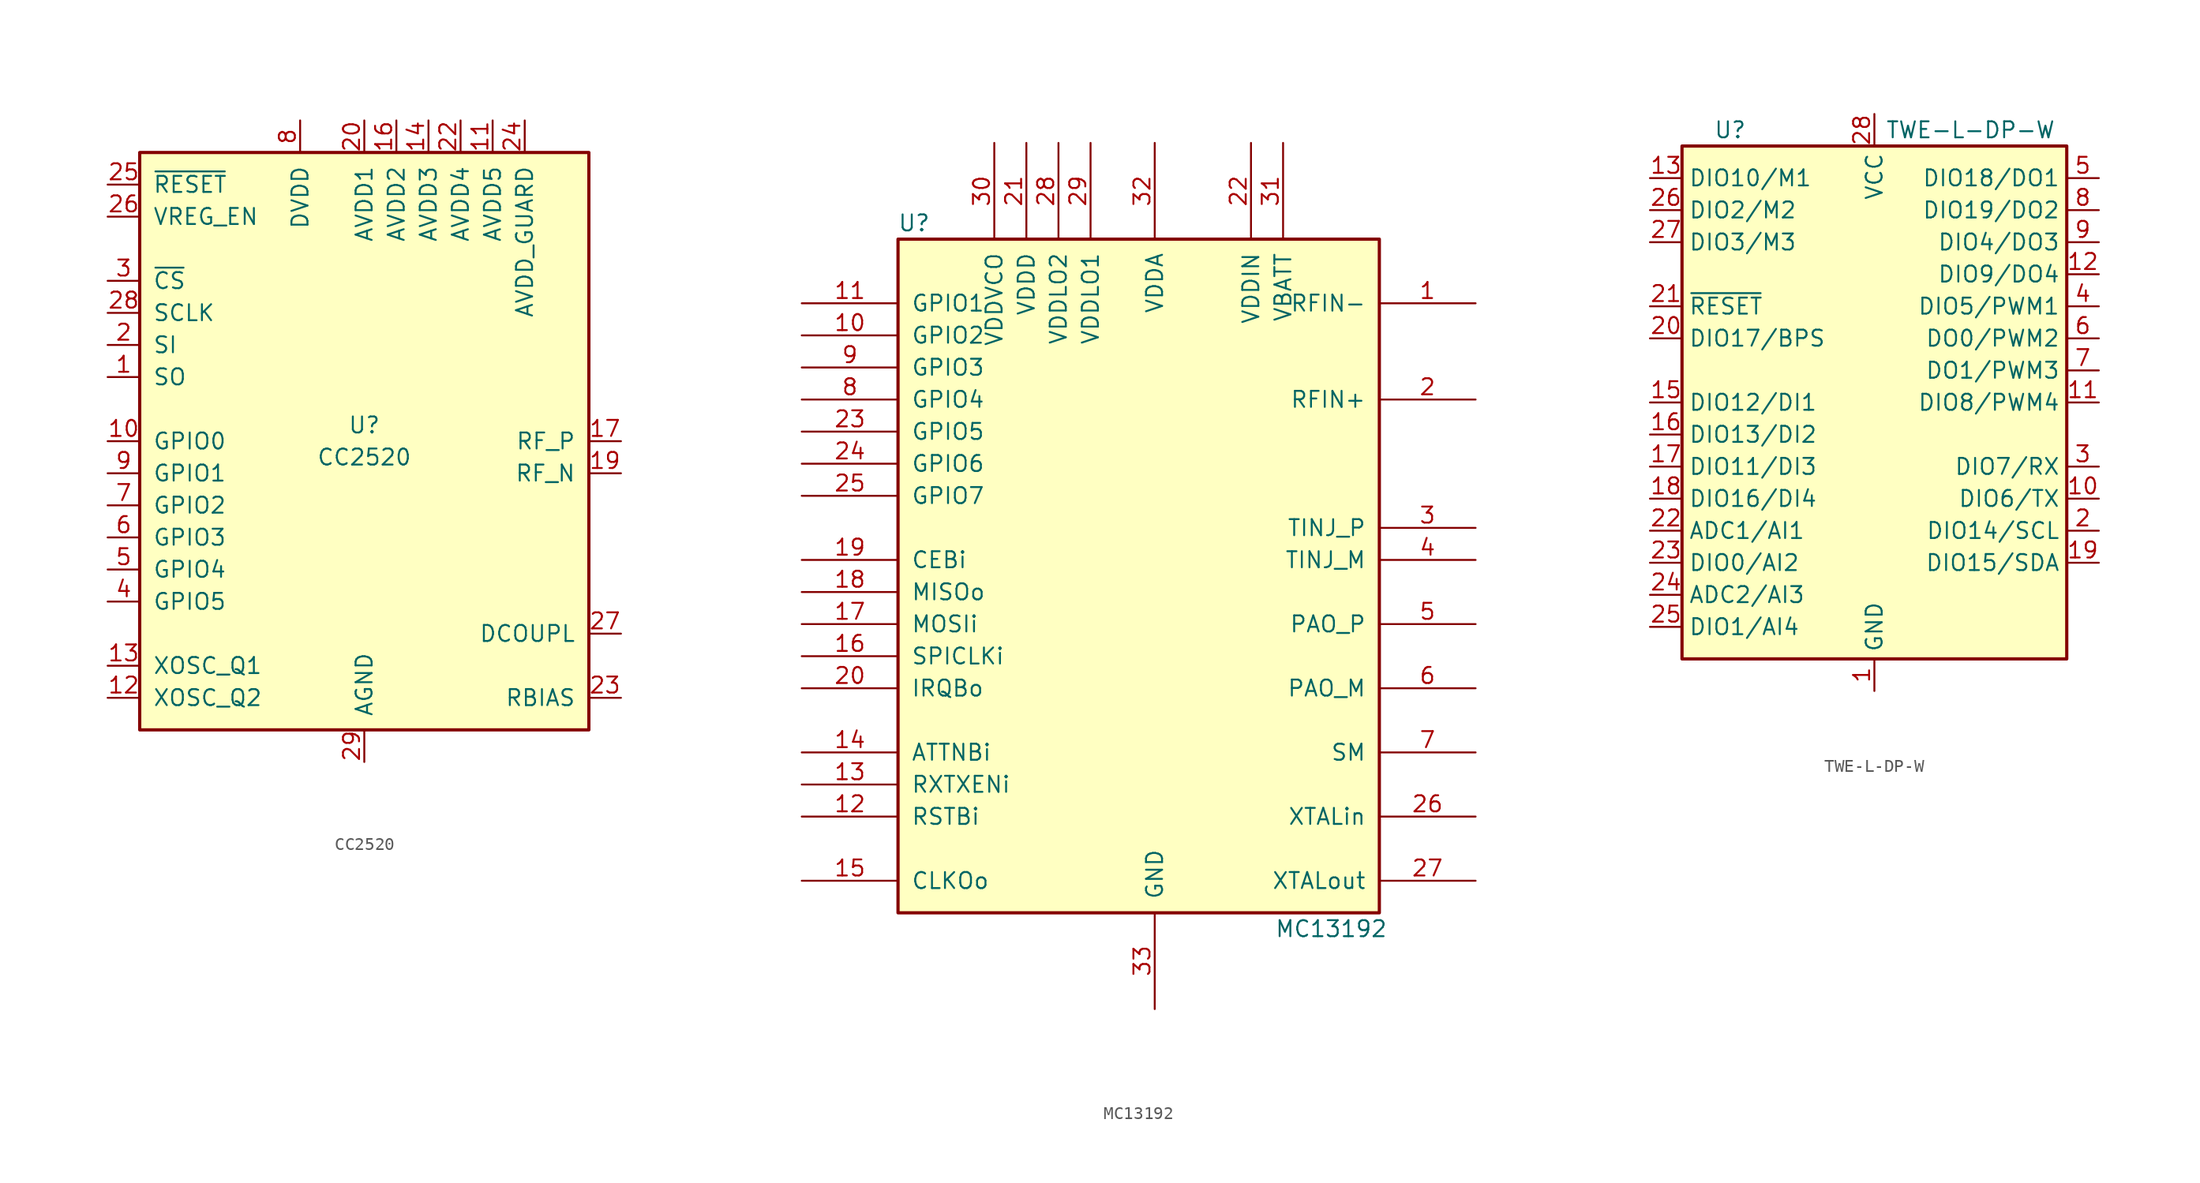
<source format=kicad_sym>
(kicad_symbol_lib
  (version 20241209)
  (generator "kicad_symbol_editor")
  (generator_version "9.0")
  (symbol "CC2520"
    (pin_names
      (offset 1.016))
    (property "Reference" "U"
      (at 0 1.27 0)
      (effects (font (size 1.27 1.27))))
    (property "Value" "CC2520"
      (at 0 -1.27 0)
      (effects (font (size 1.27 1.27))))
    (symbol "CC2520_0_1"
      (rectangle (start -17.78 22.86) (end 17.78 -22.86) (stroke (width 0.254) (type default)) (fill (type background))))
    (symbol "CC2520_1_1"
      (pin input line (at -20.32 20.32 0) (length 2.54) (name "~{RESET}" (effects (font (size 1.27 1.27)))) (number "25" (effects (font (size 1.27 1.27)))))
      (pin input line (at -20.32 17.78 0) (length 2.54) (name "VREG_EN" (effects (font (size 1.27 1.27)))) (number "26" (effects (font (size 1.27 1.27)))))
      (pin input line (at -20.32 12.7 0) (length 2.54) (name "~{CS}" (effects (font (size 1.27 1.27)))) (number "3" (effects (font (size 1.27 1.27)))))
      (pin input line (at -20.32 10.16 0) (length 2.54) (name "SCLK" (effects (font (size 1.27 1.27)))) (number "28" (effects (font (size 1.27 1.27)))))
      (pin input line (at -20.32 7.62 0) (length 2.54) (name "SI" (effects (font (size 1.27 1.27)))) (number "2" (effects (font (size 1.27 1.27)))))
      (pin output line (at -20.32 5.08 0) (length 2.54) (name "SO" (effects (font (size 1.27 1.27)))) (number "1" (effects (font (size 1.27 1.27)))))
      (pin bidirectional line (at -20.32 0 0) (length 2.54) (name "GPIO0" (effects (font (size 1.27 1.27)))) (number "10" (effects (font (size 1.27 1.27)))))
      (pin bidirectional line (at -20.32 -2.54 0) (length 2.54) (name "GPIO1" (effects (font (size 1.27 1.27)))) (number "9" (effects (font (size 1.27 1.27)))))
      (pin bidirectional line (at -20.32 -5.08 0) (length 2.54) (name "GPIO2" (effects (font (size 1.27 1.27)))) (number "7" (effects (font (size 1.27 1.27)))))
      (pin bidirectional line (at -20.32 -7.62 0) (length 2.54) (name "GPIO3" (effects (font (size 1.27 1.27)))) (number "6" (effects (font (size 1.27 1.27)))))
      (pin bidirectional line (at -20.32 -10.16 0) (length 2.54) (name "GPIO4" (effects (font (size 1.27 1.27)))) (number "5" (effects (font (size 1.27 1.27)))))
      (pin bidirectional line (at -20.32 -12.7 0) (length 2.54) (name "GPIO5" (effects (font (size 1.27 1.27)))) (number "4" (effects (font (size 1.27 1.27)))))
      (pin passive line (at -20.32 -17.78 0) (length 2.54) (name "XOSC_Q1" (effects (font (size 1.27 1.27)))) (number "13" (effects (font (size 1.27 1.27)))))
      (pin passive line (at -20.32 -20.32 0) (length 2.54) (name "XOSC_Q2" (effects (font (size 1.27 1.27)))) (number "12" (effects (font (size 1.27 1.27)))))
      (pin power_in line (at -5.08 25.4 270) (length 2.54) (name "DVDD" (effects (font (size 1.27 1.27)))) (number "8" (effects (font (size 1.27 1.27)))))
      (pin power_in line (at 0 25.4 270) (length 2.54) (name "AVDD1" (effects (font (size 1.27 1.27)))) (number "20" (effects (font (size 1.27 1.27)))))
      (pin power_in line (at 0 -25.4 90) (length 2.54) (name "AGND" (effects (font (size 1.27 1.27)))) (number "29" (effects (font (size 1.27 1.27)))))
      (pin power_in line (at 2.54 25.4 270) (length 2.54) (name "AVDD2" (effects (font (size 1.27 1.27)))) (number "16" (effects (font (size 1.27 1.27)))))
      (pin no_connect line (at 2.54 -22.86 90) (length 2.54) (hide yes) (name "NC" (effects (font (size 1.27 1.27)))) (number "15" (effects (font (size 1.27 1.27)))))
      (pin power_in line (at 5.08 25.4 270) (length 2.54) (name "AVDD3" (effects (font (size 1.27 1.27)))) (number "14" (effects (font (size 1.27 1.27)))))
      (pin no_connect line (at 5.08 -22.86 90) (length 2.54) (hide yes) (name "NC" (effects (font (size 1.27 1.27)))) (number "21" (effects (font (size 1.27 1.27)))))
      (pin power_in line (at 7.62 25.4 270) (length 2.54) (name "AVDD4" (effects (font (size 1.27 1.27)))) (number "22" (effects (font (size 1.27 1.27)))))
      (pin power_in line (at 10.16 25.4 270) (length 2.54) (name "AVDD5" (effects (font (size 1.27 1.27)))) (number "11" (effects (font (size 1.27 1.27)))))
      (pin power_in line (at 12.7 25.4 270) (length 2.54) (name "AVDD_GUARD" (effects (font (size 1.27 1.27)))) (number "24" (effects (font (size 1.27 1.27)))))
      (pin passive line (at 20.32 0 180) (length 2.54) (name "RF_P" (effects (font (size 1.27 1.27)))) (number "17" (effects (font (size 1.27 1.27)))))
      (pin passive line (at 20.32 -2.54 180) (length 2.54) (name "RF_N" (effects (font (size 1.27 1.27)))) (number "19" (effects (font (size 1.27 1.27)))))
      (pin passive line (at 20.32 -15.24 180) (length 2.54) (name "DCOUPL" (effects (font (size 1.27 1.27)))) (number "27" (effects (font (size 1.27 1.27)))))
      (pin passive line (at 20.32 -20.32 180) (length 2.54) (name "RBIAS" (effects (font (size 1.27 1.27)))) (number "23" (effects (font (size 1.27 1.27)))))))
  (symbol "MC13192"
    (pin_names
      (offset 1.016))
    (property "Reference" "U"
      (at -19.05 26.67 0)
      (effects (font (size 1.27 1.27))))
    (property "Value" "MC13192"
      (at 13.97 -29.21 0)
      (effects (font (size 1.27 1.27))))
    (symbol "MC13192_0_1"
      (rectangle (start -20.32 25.4) (end 17.78 -27.94) (stroke (width 0.254) (type default)) (fill (type background))))
    (symbol "MC13192_1_1"
      (pin bidirectional line (at -27.94 20.32 0) (length 7.62) (name "GPIO1" (effects (font (size 1.27 1.27)))) (number "11" (effects (font (size 1.27 1.27)))))
      (pin bidirectional line (at -27.94 17.78 0) (length 7.62) (name "GPIO2" (effects (font (size 1.27 1.27)))) (number "10" (effects (font (size 1.27 1.27)))))
      (pin bidirectional line (at -27.94 15.24 0) (length 7.62) (name "GPIO3" (effects (font (size 1.27 1.27)))) (number "9" (effects (font (size 1.27 1.27)))))
      (pin bidirectional line (at -27.94 12.7 0) (length 7.62) (name "GPIO4" (effects (font (size 1.27 1.27)))) (number "8" (effects (font (size 1.27 1.27)))))
      (pin bidirectional line (at -27.94 10.16 0) (length 7.62) (name "GPIO5" (effects (font (size 1.27 1.27)))) (number "23" (effects (font (size 1.27 1.27)))))
      (pin bidirectional line (at -27.94 7.62 0) (length 7.62) (name "GPIO6" (effects (font (size 1.27 1.27)))) (number "24" (effects (font (size 1.27 1.27)))))
      (pin bidirectional line (at -27.94 5.08 0) (length 7.62) (name "GPIO7" (effects (font (size 1.27 1.27)))) (number "25" (effects (font (size 1.27 1.27)))))
      (pin input line (at -27.94 0 0) (length 7.62) (name "CEBi" (effects (font (size 1.27 1.27)))) (number "19" (effects (font (size 1.27 1.27)))))
      (pin tri_state line (at -27.94 -2.54 0) (length 7.62) (name "MISOo" (effects (font (size 1.27 1.27)))) (number "18" (effects (font (size 1.27 1.27)))))
      (pin input line (at -27.94 -5.08 0) (length 7.62) (name "MOSIi" (effects (font (size 1.27 1.27)))) (number "17" (effects (font (size 1.27 1.27)))))
      (pin input line (at -27.94 -7.62 0) (length 7.62) (name "SPICLKi" (effects (font (size 1.27 1.27)))) (number "16" (effects (font (size 1.27 1.27)))))
      (pin open_collector line (at -27.94 -10.16 0) (length 7.62) (name "IRQBo" (effects (font (size 1.27 1.27)))) (number "20" (effects (font (size 1.27 1.27)))))
      (pin input line (at -27.94 -15.24 0) (length 7.62) (name "ATTNBi" (effects (font (size 1.27 1.27)))) (number "14" (effects (font (size 1.27 1.27)))))
      (pin input line (at -27.94 -17.78 0) (length 7.62) (name "RXTXENi" (effects (font (size 1.27 1.27)))) (number "13" (effects (font (size 1.27 1.27)))))
      (pin input line (at -27.94 -20.32 0) (length 7.62) (name "RSTBi" (effects (font (size 1.27 1.27)))) (number "12" (effects (font (size 1.27 1.27)))))
      (pin output line (at -27.94 -25.4 0) (length 7.62) (name "CLKOo" (effects (font (size 1.27 1.27)))) (number "15" (effects (font (size 1.27 1.27)))))
      (pin power_out line (at -12.7 33.02 270) (length 7.62) (name "VDDVCO" (effects (font (size 1.27 1.27)))) (number "30" (effects (font (size 1.27 1.27)))))
      (pin power_out line (at -10.16 33.02 270) (length 7.62) (name "VDDD" (effects (font (size 1.27 1.27)))) (number "21" (effects (font (size 1.27 1.27)))))
      (pin power_in line (at -7.62 33.02 270) (length 7.62) (name "VDDLO2" (effects (font (size 1.27 1.27)))) (number "28" (effects (font (size 1.27 1.27)))))
      (pin power_in line (at -5.08 33.02 270) (length 7.62) (name "VDDLO1" (effects (font (size 1.27 1.27)))) (number "29" (effects (font (size 1.27 1.27)))))
      (pin power_out line (at 0 33.02 270) (length 7.62) (name "VDDA" (effects (font (size 1.27 1.27)))) (number "32" (effects (font (size 1.27 1.27)))))
      (pin power_in line (at 0 -35.56 90) (length 7.62) (name "GND" (effects (font (size 1.27 1.27)))) (number "33" (effects (font (size 1.27 1.27)))))
      (pin power_in line (at 7.62 33.02 270) (length 7.62) (name "VDDIN" (effects (font (size 1.27 1.27)))) (number "22" (effects (font (size 1.27 1.27)))))
      (pin input line (at 10.16 33.02 270) (length 7.62) (name "VBATT" (effects (font (size 1.27 1.27)))) (number "31" (effects (font (size 1.27 1.27)))))
      (pin input line (at 25.4 20.32 180) (length 7.62) (name "RFIN-" (effects (font (size 1.27 1.27)))) (number "1" (effects (font (size 1.27 1.27)))))
      (pin input line (at 25.4 12.7 180) (length 7.62) (name "RFIN+" (effects (font (size 1.27 1.27)))) (number "2" (effects (font (size 1.27 1.27)))))
      (pin input line (at 25.4 2.54 180) (length 7.62) (name "TINJ_P" (effects (font (size 1.27 1.27)))) (number "3" (effects (font (size 1.27 1.27)))))
      (pin input line (at 25.4 0 180) (length 7.62) (name "TINJ_M" (effects (font (size 1.27 1.27)))) (number "4" (effects (font (size 1.27 1.27)))))
      (pin open_collector line (at 25.4 -5.08 180) (length 7.62) (name "PAO_P" (effects (font (size 1.27 1.27)))) (number "5" (effects (font (size 1.27 1.27)))))
      (pin open_collector line (at 25.4 -10.16 180) (length 7.62) (name "PAO_M" (effects (font (size 1.27 1.27)))) (number "6" (effects (font (size 1.27 1.27)))))
      (pin input line (at 25.4 -15.24 180) (length 7.62) (name "SM" (effects (font (size 1.27 1.27)))) (number "7" (effects (font (size 1.27 1.27)))))
      (pin input line (at 25.4 -20.32 180) (length 7.62) (name "XTALin" (effects (font (size 1.27 1.27)))) (number "26" (effects (font (size 1.27 1.27)))))
      (pin output line (at 25.4 -25.4 180) (length 7.62) (name "XTALout" (effects (font (size 1.27 1.27)))) (number "27" (effects (font (size 1.27 1.27)))))))
  (symbol "TWE-L-DP-W"
    (property "Reference" "U"
      (at -11.43 21.59 0)
      (effects (font (size 1.27 1.27))))
    (property "Value" "TWE-L-DP-W"
      (at 7.62 21.59 0)
      (effects (font (size 1.27 1.27))))
    (symbol "TWE-L-DP-W_1_0"
      (rectangle (start -15.24 -20.32) (end 15.24 20.32) (stroke (width 0.254) (type default)) (fill (type background))))
    (symbol "TWE-L-DP-W_1_1"
      (pin bidirectional line (at -17.78 17.78 0) (length 2.54) (name "DIO10/M1" (effects (font (size 1.27 1.27)))) (number "13" (effects (font (size 1.27 1.27)))))
      (pin bidirectional line (at -17.78 15.24 0) (length 2.54) (name "DIO2/M2" (effects (font (size 1.27 1.27)))) (number "26" (effects (font (size 1.27 1.27)))))
      (pin bidirectional line (at -17.78 12.7 0) (length 2.54) (name "DIO3/M3" (effects (font (size 1.27 1.27)))) (number "27" (effects (font (size 1.27 1.27)))))
      (pin input line (at -17.78 7.62 0) (length 2.54) (name "~{RESET}" (effects (font (size 1.27 1.27)))) (number "21" (effects (font (size 1.27 1.27)))))
      (pin bidirectional line (at -17.78 5.08 0) (length 2.54) (name "DIO17/BPS" (effects (font (size 1.27 1.27)))) (number "20" (effects (font (size 1.27 1.27)))))
      (pin bidirectional line (at -17.78 0 0) (length 2.54) (name "DIO12/DI1" (effects (font (size 1.27 1.27)))) (number "15" (effects (font (size 1.27 1.27)))))
      (pin bidirectional line (at -17.78 -2.54 0) (length 2.54) (name "DIO13/DI2" (effects (font (size 1.27 1.27)))) (number "16" (effects (font (size 1.27 1.27)))))
      (pin bidirectional line (at -17.78 -5.08 0) (length 2.54) (name "DIO11/DI3" (effects (font (size 1.27 1.27)))) (number "17" (effects (font (size 1.27 1.27)))))
      (pin bidirectional line (at -17.78 -7.62 0) (length 2.54) (name "DIO16/DI4" (effects (font (size 1.27 1.27)))) (number "18" (effects (font (size 1.27 1.27)))))
      (pin input line (at -17.78 -10.16 0) (length 2.54) (name "ADC1/AI1" (effects (font (size 1.27 1.27)))) (number "22" (effects (font (size 1.27 1.27)))))
      (pin bidirectional line (at -17.78 -12.7 0) (length 2.54) (name "DIO0/AI2" (effects (font (size 1.27 1.27)))) (number "23" (effects (font (size 1.27 1.27)))))
      (pin input line (at -17.78 -15.24 0) (length 2.54) (name "ADC2/AI3" (effects (font (size 1.27 1.27)))) (number "24" (effects (font (size 1.27 1.27)))))
      (pin bidirectional line (at -17.78 -17.78 0) (length 2.54) (name "DIO1/AI4" (effects (font (size 1.27 1.27)))) (number "25" (effects (font (size 1.27 1.27)))))
      (pin power_in line (at 0 22.86 270) (length 2.54) (name "VCC" (effects (font (size 1.27 1.27)))) (number "28" (effects (font (size 1.27 1.27)))))
      (pin power_in line (at 0 -22.86 90) (length 2.54) (name "GND" (effects (font (size 1.27 1.27)))) (number "1" (effects (font (size 1.27 1.27)))))
      (pin passive line (at 0 -22.86 90) (length 2.54) (hide yes) (name "GND" (effects (font (size 1.27 1.27)))) (number "14" (effects (font (size 1.27 1.27)))))
      (pin bidirectional line (at 17.78 17.78 180) (length 2.54) (name "DIO18/DO1" (effects (font (size 1.27 1.27)))) (number "5" (effects (font (size 1.27 1.27)))))
      (pin bidirectional line (at 17.78 15.24 180) (length 2.54) (name "DIO19/DO2" (effects (font (size 1.27 1.27)))) (number "8" (effects (font (size 1.27 1.27)))))
      (pin bidirectional line (at 17.78 12.7 180) (length 2.54) (name "DIO4/DO3" (effects (font (size 1.27 1.27)))) (number "9" (effects (font (size 1.27 1.27)))))
      (pin bidirectional line (at 17.78 10.16 180) (length 2.54) (name "DIO9/DO4" (effects (font (size 1.27 1.27)))) (number "12" (effects (font (size 1.27 1.27)))))
      (pin bidirectional line (at 17.78 7.62 180) (length 2.54) (name "DIO5/PWM1" (effects (font (size 1.27 1.27)))) (number "4" (effects (font (size 1.27 1.27)))))
      (pin output line (at 17.78 5.08 180) (length 2.54) (name "DO0/PWM2" (effects (font (size 1.27 1.27)))) (number "6" (effects (font (size 1.27 1.27)))))
      (pin bidirectional line (at 17.78 2.54 180) (length 2.54) (name "DO1/PWM3" (effects (font (size 1.27 1.27)))) (number "7" (effects (font (size 1.27 1.27)))))
      (pin bidirectional line (at 17.78 0 180) (length 2.54) (name "DIO8/PWM4" (effects (font (size 1.27 1.27)))) (number "11" (effects (font (size 1.27 1.27)))))
      (pin bidirectional line (at 17.78 -5.08 180) (length 2.54) (name "DIO7/RX" (effects (font (size 1.27 1.27)))) (number "3" (effects (font (size 1.27 1.27)))))
      (pin bidirectional line (at 17.78 -7.62 180) (length 2.54) (name "DIO6/TX" (effects (font (size 1.27 1.27)))) (number "10" (effects (font (size 1.27 1.27)))))
      (pin bidirectional line (at 17.78 -10.16 180) (length 2.54) (name "DIO14/SCL" (effects (font (size 1.27 1.27)))) (number "2" (effects (font (size 1.27 1.27)))))
      (pin bidirectional line (at 17.78 -12.7 180) (length 2.54) (name "DIO15/SDA" (effects (font (size 1.27 1.27)))) (number "19" (effects (font (size 1.27 1.27))))))))
</source>
